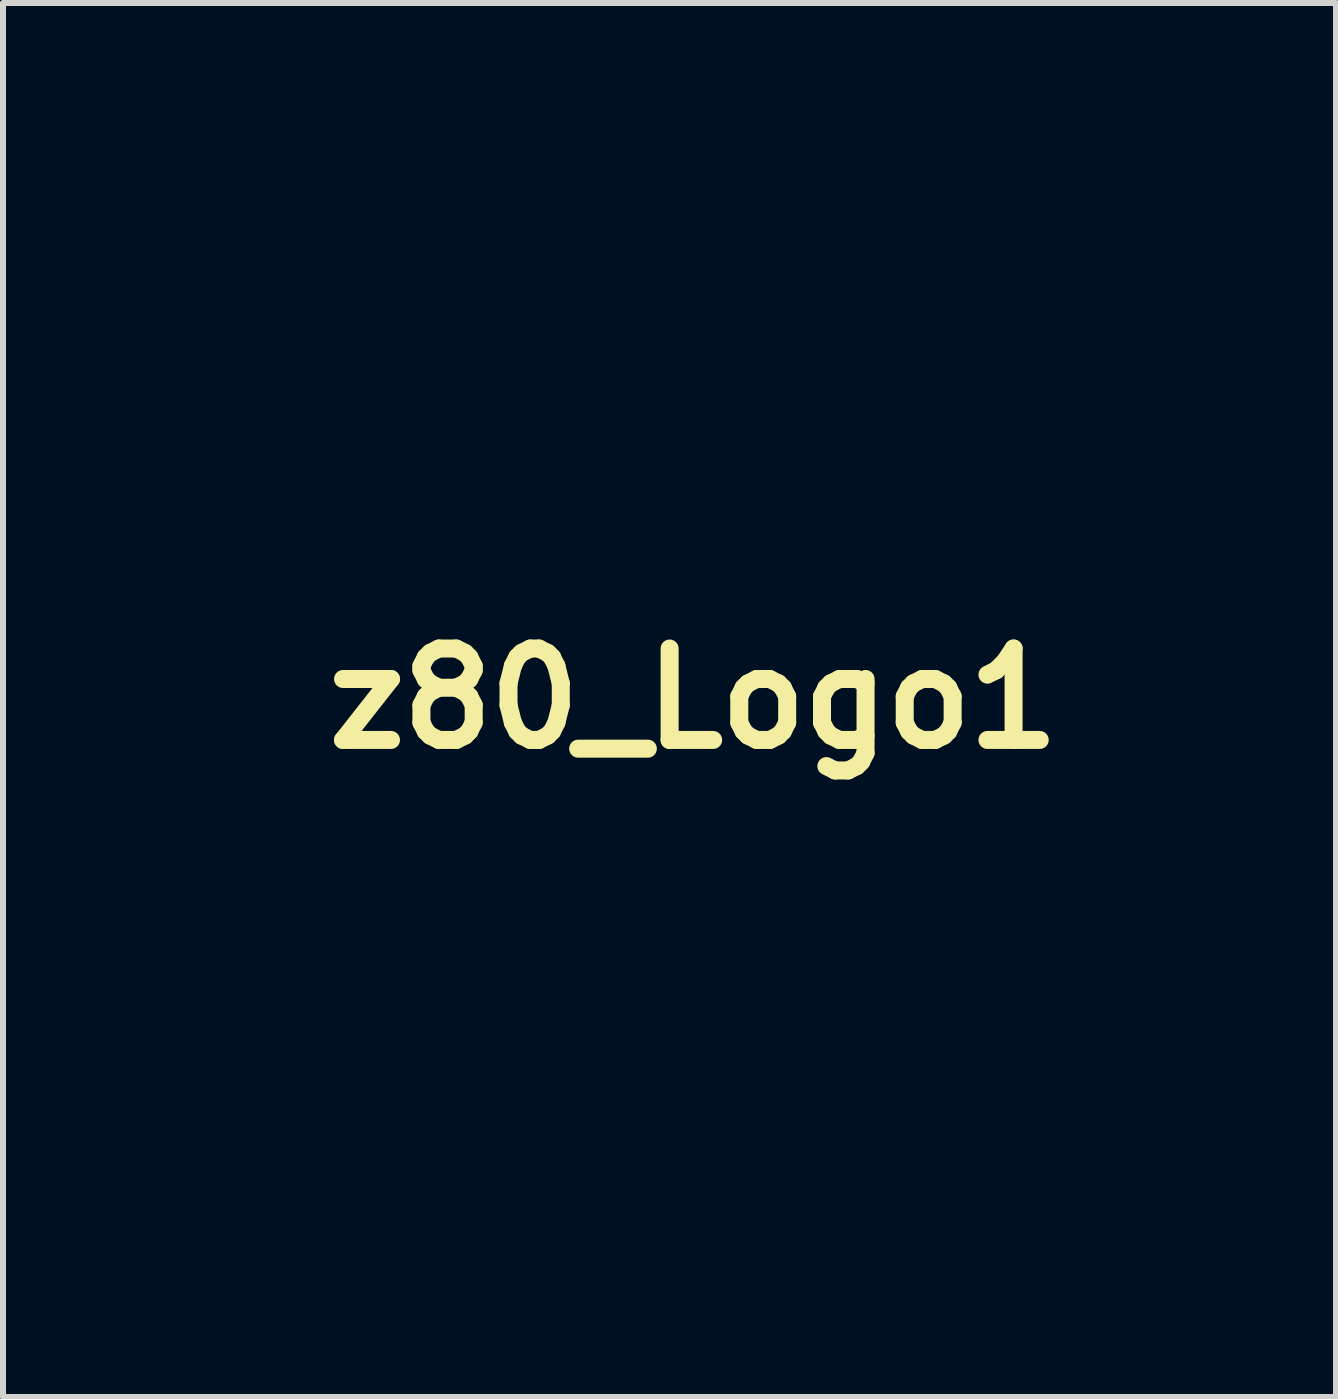
<source format=kicad_pcb>
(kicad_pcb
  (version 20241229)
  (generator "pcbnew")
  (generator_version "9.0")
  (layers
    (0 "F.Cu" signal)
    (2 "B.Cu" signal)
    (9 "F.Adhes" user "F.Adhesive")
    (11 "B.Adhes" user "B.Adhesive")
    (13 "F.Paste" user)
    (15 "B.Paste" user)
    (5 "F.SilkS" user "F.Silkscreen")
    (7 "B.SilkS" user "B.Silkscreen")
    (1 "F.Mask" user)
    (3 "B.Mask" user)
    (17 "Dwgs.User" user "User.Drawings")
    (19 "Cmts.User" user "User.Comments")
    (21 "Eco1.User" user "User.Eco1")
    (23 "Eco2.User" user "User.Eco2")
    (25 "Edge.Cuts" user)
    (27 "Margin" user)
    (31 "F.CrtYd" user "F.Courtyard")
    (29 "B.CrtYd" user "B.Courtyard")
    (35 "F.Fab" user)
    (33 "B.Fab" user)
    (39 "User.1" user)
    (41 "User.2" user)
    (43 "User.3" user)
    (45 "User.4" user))
  (footprint "z80_Logo1"
    (layer "F.Cu")
    (at 8.51 8.594)
    (property "Reference" "z80_Logo1" (at 0 0 0) (layer "F.SilkS") (effects (font (size 1.524 1.524) (thickness 0.3))))
    (attr through_hole)
    (fp_poly (pts (xy -3.868 -3.392) (xy -3.684 -3.38) (xy -3.511 -3.355) (xy -3.349 -3.318) (xy -3.197 -3.268) (xy -3.057 -3.205) (xy -2.926 -3.13) (xy -2.806 -3.041) (xy -2.701 -2.946) (xy -2.606 -2.84) (xy -2.527 -2.729) (xy -2.464 -2.61) (xy -2.414 -2.484) (xy -2.382 -2.362) (xy -2.376 -2.33) (xy -2.372 -2.295) (xy -2.369 -2.254) (xy -2.367 -2.204) (xy -2.366 -2.14) (xy -2.366 -2.121) (xy -2.367 -2.059) (xy -2.368 -2.01) (xy -2.37 -1.971) (xy -2.373 -1.938) (xy -2.377 -1.907) (xy -2.384 -1.874) (xy -2.386 -1.863) (xy -2.425 -1.726) (xy -2.479 -1.596) (xy -2.549 -1.471) (xy -2.634 -1.352) (xy -2.735 -1.239) (xy -2.851 -1.132) (xy -2.984 -1.03) (xy -3.076 -0.968) (xy -3.112 -0.946) (xy -3.156 -0.921) (xy -3.206 -0.894) (xy -3.258 -0.866) (xy -3.311 -0.839) (xy -3.363 -0.814) (xy -3.41 -0.792) (xy -3.45 -0.773) (xy -3.481 -0.761) (xy -3.501 -0.754) (xy -3.505 -0.754) (xy -3.519 -0.757) (xy -3.546 -0.764) (xy -3.584 -0.776) (xy -3.631 -0.791) (xy -3.684 -0.809) (xy -3.73 -0.825) (xy -3.939 -0.9) (xy -4.133 -0.975) (xy -4.311 -1.051) (xy -4.475 -1.128) (xy -4.626 -1.207) (xy -4.765 -1.288) (xy -4.892 -1.371) (xy -5.008 -1.457) (xy -5.027 -1.472) (xy -5.081 -1.518) (xy -5.137 -1.571) (xy -5.194 -1.627) (xy -5.247 -1.683) (xy -5.293 -1.736) (xy -5.326 -1.78) (xy -5.365 -1.84) (xy -5.403 -1.911) (xy -5.438 -1.986) (xy -5.467 -2.059) (xy -5.484 -2.113) (xy -5.493 -2.149) (xy -5.499 -2.182) (xy -5.503 -2.214) (xy -5.506 -2.252) (xy -5.507 -2.3) (xy -5.507 -2.328) (xy -5.506 -2.363) (xy -5.448 -2.363) (xy -5.448 -2.291) (xy -5.444 -2.223) (xy -5.437 -2.162) (xy -5.428 -2.122) (xy -5.389 -2.01) (xy -5.333 -1.9) (xy -5.261 -1.792) (xy -5.172 -1.687) (xy -5.067 -1.584) (xy -4.946 -1.484) (xy -4.808 -1.386) (xy -4.655 -1.291) (xy -4.486 -1.199) (xy -4.301 -1.109) (xy -4.101 -1.023) (xy -3.92 -0.953) (xy -3.863 -0.932) (xy -3.803 -0.91) (xy -3.743 -0.889) (xy -3.685 -0.869) (xy -3.631 -0.851) (xy -3.584 -0.836) (xy -3.546 -0.824) (xy -3.519 -0.816) (xy -3.505 -0.813) (xy -3.505 -0.813) (xy -3.493 -0.817) (xy -3.469 -0.827) (xy -3.435 -0.842) (xy -3.394 -0.862) (xy -3.347 -0.885) (xy -3.34 -0.888) (xy -3.195 -0.965) (xy -3.065 -1.045) (xy -2.948 -1.128) (xy -2.841 -1.217) (xy -2.769 -1.287) (xy -2.678 -1.388) (xy -2.603 -1.493) (xy -2.54 -1.604) (xy -2.535 -1.613) (xy -2.495 -1.702) (xy -2.465 -1.785) (xy -2.443 -1.868) (xy -2.43 -1.954) (xy -2.424 -2.048) (xy -2.424 -2.153) (xy -2.424 -2.167) (xy -2.429 -2.259) (xy -2.438 -2.338) (xy -2.451 -2.409) (xy -2.471 -2.476) (xy -2.498 -2.545) (xy -2.533 -2.619) (xy -2.534 -2.62) (xy -2.577 -2.699) (xy -2.625 -2.77) (xy -2.681 -2.839) (xy -2.749 -2.911) (xy -2.751 -2.913) (xy -2.835 -2.99) (xy -2.92 -3.056) (xy -3.01 -3.113) (xy -3.103 -3.162) (xy -3.203 -3.207) (xy -3.302 -3.244) (xy -3.404 -3.274) (xy -3.51 -3.297) (xy -3.624 -3.314) (xy -3.747 -3.325) (xy -3.882 -3.331) (xy -3.979 -3.332) (xy -4.071 -3.331) (xy -4.15 -3.329) (xy -4.219 -3.326) (xy -4.282 -3.321) (xy -4.343 -3.314) (xy -4.405 -3.304) (xy -4.473 -3.291) (xy -4.485 -3.289) (xy -4.628 -3.253) (xy -4.764 -3.206) (xy -4.892 -3.148) (xy -5.011 -3.079) (xy -5.118 -3.002) (xy -5.191 -2.936) (xy -5.274 -2.845) (xy -5.341 -2.749) (xy -5.393 -2.647) (xy -5.429 -2.544) (xy -5.439 -2.494) (xy -5.445 -2.432) (xy -5.448 -2.363) (xy -5.506 -2.363) (xy -5.506 -2.405) (xy -5.501 -2.471) (xy -5.491 -2.53) (xy -5.476 -2.587) (xy -5.455 -2.647) (xy -5.451 -2.658) (xy -5.401 -2.761) (xy -5.336 -2.859) (xy -5.257 -2.952) (xy -5.165 -3.037) (xy -5.061 -3.116) (xy -4.946 -3.185) (xy -4.821 -3.245) (xy -4.706 -3.289) (xy -4.594 -3.323) (xy -4.48 -3.349) (xy -4.362 -3.369) (xy -4.235 -3.383) (xy -4.096 -3.391) (xy -4.064 -3.392) (xy -3.868 -3.392)) (stroke (width 0.01) (type solid)) (fill yes) (layer "F.Mask"))
    (fp_poly (pts (xy 1.667 -8.589) (xy 2.043 -8.589) (xy 2.403 -8.589) (xy 2.747 -8.589) (xy 3.076 -8.589) (xy 3.389 -8.589) (xy 3.688 -8.589) (xy 3.972 -8.589) (xy 4.242 -8.589) (xy 4.498 -8.589) (xy 4.741 -8.589) (xy 4.972 -8.589) (xy 5.189 -8.589) (xy 5.394 -8.589) (xy 5.587 -8.589) (xy 5.769 -8.589) (xy 5.939 -8.588) (xy 6.099 -8.588) (xy 6.248 -8.588) (xy 6.387 -8.588) (xy 6.516 -8.588) (xy 6.636 -8.587) (xy 6.747 -8.587) (xy 6.849 -8.587) (xy 6.943 -8.587) (xy 7.029 -8.586) (xy 7.107 -8.586) (xy 7.178 -8.586) (xy 7.242 -8.585) (xy 7.299 -8.585) (xy 7.35 -8.584) (xy 7.396 -8.584) (xy 7.435 -8.583) (xy 7.47 -8.583) (xy 7.5 -8.582) (xy 7.526 -8.582) (xy 7.548 -8.581) (xy 7.565 -8.58) (xy 7.58 -8.579) (xy 7.592 -8.579) (xy 7.601 -8.578) (xy 7.607 -8.577) (xy 7.612 -8.576) (xy 7.616 -8.575) (xy 7.618 -8.575) (xy 7.655 -8.546) (xy 7.684 -8.505) (xy 7.701 -8.46) (xy 7.702 -8.453) (xy 7.702 -8.444) (xy 7.702 -8.433) (xy 7.702 -8.417) (xy 7.7 -8.397) (xy 7.697 -8.372) (xy 7.694 -8.34) (xy 7.689 -8.302) (xy 7.683 -8.256) (xy 7.675 -8.202) (xy 7.666 -8.138) (xy 7.656 -8.064) (xy 7.643 -7.98) (xy 7.629 -7.883) (xy 7.613 -7.775) (xy 7.595 -7.653) (xy 7.574 -7.517) (xy 7.552 -7.366) (xy 7.527 -7.2) (xy 7.514 -7.115) (xy 7.492 -6.968) (xy 7.47 -6.826) (xy 7.449 -6.688) (xy 7.429 -6.557) (xy 7.41 -6.432) (xy 7.393 -6.316) (xy 7.376 -6.208) (xy 7.361 -6.11) (xy 7.347 -6.023) (xy 7.336 -5.948) (xy 7.326 -5.885) (xy 7.318 -5.836) (xy 7.312 -5.801) (xy 7.309 -5.782) (xy 7.308 -5.779) (xy 7.298 -5.755) (xy 7.279 -5.725) (xy 7.258 -5.698) (xy 7.244 -5.682) (xy 7.22 -5.654) (xy 7.187 -5.617) (xy 7.146 -5.571) (xy 7.098 -5.516) (xy 7.044 -5.455) (xy 6.985 -5.388) (xy 6.922 -5.316) (xy 6.855 -5.241) (xy 6.786 -5.163) (xy 6.715 -5.083) (xy 6.644 -5.002) (xy 6.574 -4.922) (xy 6.504 -4.844) (xy 6.437 -4.768) (xy 6.373 -4.696) (xy 6.313 -4.628) (xy 6.258 -4.566) (xy 6.209 -4.511) (xy 6.167 -4.463) (xy 6.132 -4.424) (xy 6.107 -4.395) (xy 6.091 -4.377) (xy 6.086 -4.372) (xy 6.061 -4.345) (xy 6.135 -4.294) (xy 6.234 -4.222) (xy 6.337 -4.138) (xy 6.442 -4.046) (xy 6.544 -3.947) (xy 6.642 -3.847) (xy 6.73 -3.747) (xy 6.776 -3.691) (xy 6.918 -3.501) (xy 7.048 -3.302) (xy 7.165 -3.095) (xy 7.27 -2.879) (xy 7.363 -2.654) (xy 7.444 -2.418) (xy 7.513 -2.172) (xy 7.571 -1.915) (xy 7.618 -1.646) (xy 7.654 -1.365) (xy 7.672 -1.16) (xy 7.675 -1.108) (xy 7.678 -1.043) (xy 7.68 -0.965) (xy 7.681 -0.879) (xy 7.682 -0.786) (xy 7.683 -0.69) (xy 7.682 -0.592) (xy 7.682 -0.497) (xy 7.68 -0.405) (xy 7.679 -0.32) (xy 7.676 -0.245) (xy 7.673 -0.182) (xy 7.672 -0.161) (xy 7.641 0.202) (xy 7.597 0.554) (xy 7.54 0.896) (xy 7.47 1.229) (xy 7.386 1.553) (xy 7.289 1.87) (xy 7.177 2.178) (xy 7.052 2.48) (xy 6.912 2.775) (xy 6.759 3.064) (xy 6.653 3.247) (xy 6.506 3.477) (xy 6.355 3.692) (xy 6.197 3.892) (xy 6.033 4.075) (xy 5.863 4.244) (xy 5.686 4.397) (xy 5.503 4.535) (xy 5.312 4.659) (xy 5.114 4.768) (xy 4.909 4.862) (xy 4.695 4.943) (xy 4.474 5.009) (xy 4.259 5.059) (xy 4.161 5.078) (xy 5.019 5.079) (xy 5.175 5.079) (xy 5.314 5.08) (xy 5.438 5.08) (xy 5.546 5.081) (xy 5.64 5.082) (xy 5.718 5.082) (xy 5.784 5.084) (xy 5.835 5.085) (xy 5.874 5.086) (xy 5.901 5.088) (xy 5.916 5.089) (xy 5.917 5.09) (xy 5.968 5.11) (xy 6.008 5.142) (xy 6.036 5.184) (xy 6.049 5.231) (xy 6.049 5.241) (xy 6.048 5.257) (xy 6.045 5.283) (xy 6.04 5.317) (xy 6.034 5.361) (xy 6.026 5.415) (xy 6.016 5.48) (xy 6.004 5.556) (xy 5.991 5.644) (xy 5.975 5.744) (xy 5.956 5.857) (xy 5.936 5.983) (xy 5.913 6.123) (xy 5.888 6.278) (xy 5.86 6.448) (xy 5.829 6.634) (xy 5.8 6.807) (xy 5.774 6.968) (xy 5.748 7.125) (xy 5.723 7.277) (xy 5.698 7.425) (xy 5.675 7.566) (xy 5.653 7.699) (xy 5.632 7.825) (xy 5.612 7.942) (xy 5.594 8.049) (xy 5.578 8.145) (xy 5.564 8.23) (xy 5.552 8.302) (xy 5.542 8.361) (xy 5.535 8.405) (xy 5.53 8.434) (xy 5.528 8.444) (xy 5.519 8.487) (xy 5.513 8.517) (xy 5.506 8.538) (xy 5.497 8.554) (xy 5.485 8.568) (xy 5.473 8.58) (xy 5.442 8.606) (xy 5.409 8.622) (xy 5.394 8.626) (xy 5.383 8.626) (xy 5.356 8.627) (xy 5.312 8.627) (xy 5.254 8.628) (xy 5.18 8.628) (xy 5.092 8.629) (xy 4.99 8.629) (xy 4.874 8.63) (xy 4.745 8.63) (xy 4.604 8.631) (xy 4.451 8.631) (xy 4.286 8.631) (xy 4.111 8.632) (xy 3.924 8.632) (xy 3.728 8.633) (xy 3.522 8.633) (xy 3.307 8.633) (xy 3.084 8.633) (xy 2.852 8.634) (xy 2.613 8.634) (xy 2.366 8.634) (xy 2.114 8.634) (xy 1.854 8.635) (xy 1.59 8.635) (xy 1.32 8.635) (xy 1.045 8.635) (xy 0.767 8.635) (xy 0.484 8.635) (xy 0.199 8.635) (xy -0.089 8.636) (xy -0.38 8.636) (xy -0.672 8.636) (xy -0.965 8.636) (xy -1.259 8.636) (xy -1.553 8.636) (xy -1.847 8.636) (xy -2.141 8.636) (xy -2.433 8.636) (xy -2.723 8.636) (xy -3.011 8.635) (xy -3.296 8.635) (xy -3.578 8.635) (xy -3.857 8.635) (xy -4.131 8.635) (xy -4.4 8.635) (xy -4.665 8.635) (xy -4.923 8.634) (xy -5.176 8.634) (xy -5.422 8.634) (xy -5.661 8.634) (xy -5.892 8.633) (xy -6.115 8.633) (xy -6.329 8.633) (xy -6.534 8.633) (xy -6.73 8.632) (xy -6.915 8.632) (xy -7.09 8.632) (xy -7.254 8.631) (xy -7.407 8.631) (xy -7.547 8.63) (xy -7.675 8.63) (xy -7.789 8.629) (xy -7.891 8.629) (xy -7.978 8.629) (xy -8.05 8.628) (xy -8.108 8.628) (xy -8.15 8.627) (xy -8.176 8.626) (xy -8.186 8.626) (xy -8.222 8.612) (xy -8.257 8.583) (xy -8.259 8.581) (xy -8.267 8.574) (xy -8.275 8.567) (xy -8.282 8.561) (xy -8.288 8.555) (xy -8.293 8.548) (xy -8.297 8.538) (xy -8.3 8.526) (xy -8.302 8.511) (xy -8.302 8.491) (xy -8.302 8.467) (xy -8.302 8.467) (xy -8.147 8.467) (xy -1.394 8.467) (xy -0.988 8.467) (xy -0.592 8.467) (xy -0.207 8.467) (xy 0.167 8.467) (xy 0.53 8.466) (xy 0.882 8.466) (xy 1.222 8.466) (xy 1.551 8.466) (xy 1.868 8.466) (xy 2.172 8.466) (xy 2.464 8.466) (xy 2.743 8.465) (xy 3.01 8.465) (xy 3.263 8.465) (xy 3.504 8.465) (xy 3.73 8.464) (xy 3.943 8.464) (xy 4.142 8.464) (xy 4.327 8.463) (xy 4.497 8.463) (xy 4.653 8.463) (xy 4.793 8.462) (xy 4.919 8.462) (xy 5.03 8.462) (xy 5.125 8.461) (xy 5.204 8.461) (xy 5.267 8.46) (xy 5.314 8.46) (xy 5.345 8.459) (xy 5.358 8.459) (xy 5.359 8.459) (xy 5.361 8.45) (xy 5.365 8.425) (xy 5.371 8.385) (xy 5.38 8.331) (xy 5.391 8.263) (xy 5.404 8.183) (xy 5.42 8.091) (xy 5.436 7.987) (xy 5.455 7.874) (xy 5.475 7.752) (xy 5.497 7.62) (xy 5.52 7.481) (xy 5.544 7.336) (xy 5.569 7.184) (xy 5.595 7.027) (xy 5.622 6.865) (xy 5.622 6.865) (xy 5.649 6.703) (xy 5.675 6.546) (xy 5.7 6.393) (xy 5.724 6.247) (xy 5.747 6.108) (xy 5.768 5.977) (xy 5.789 5.853) (xy 5.807 5.74) (xy 5.824 5.636) (xy 5.839 5.543) (xy 5.853 5.463) (xy 5.864 5.394) (xy 5.873 5.34) (xy 5.879 5.299) (xy 5.883 5.273) (xy 5.884 5.264) (xy 5.884 5.262) (xy 5.881 5.261) (xy 5.876 5.26) (xy 5.869 5.259) (xy 5.858 5.257) (xy 5.842 5.256) (xy 5.822 5.256) (xy 5.797 5.255) (xy 5.766 5.254) (xy 5.728 5.253) (xy 5.684 5.253) (xy 5.632 5.252) (xy 5.571 5.252) (xy 5.502 5.251) (xy 5.424 5.251) (xy 5.335 5.251) (xy 5.236 5.25) (xy 5.126 5.25) (xy 5.004 5.25) (xy 4.87 5.25) (xy 4.723 5.25) (xy 4.563 5.25) (xy 4.388 5.25) (xy 4.199 5.249) (xy 3.995 5.249) (xy 3.775 5.249) (xy 3.558 5.249) (xy 3.2 5.25) (xy 2.858 5.25) (xy 2.533 5.25) (xy 2.225 5.251) (xy 1.932 5.251) (xy 1.656 5.252) (xy 1.395 5.253) (xy 1.149 5.254) (xy 0.919 5.255) (xy 0.704 5.257) (xy 0.505 5.258) (xy 0.319 5.26) (xy 0.149 5.262) (xy -0.008 5.264) (xy -0.15 5.266) (xy -0.278 5.268) (xy -0.393 5.27) (xy -0.494 5.273) (xy -0.55 5.275) (xy -0.693 5.279) (xy -0.837 5.284) (xy -0.984 5.288) (xy -1.131 5.292) (xy -1.277 5.296) (xy -1.422 5.3) (xy -1.564 5.304) (xy -1.702 5.307) (xy -1.836 5.311) (xy -1.964 5.314) (xy -2.085 5.316) (xy -2.198 5.319) (xy -2.302 5.321) (xy -2.397 5.322) (xy -2.48 5.324) (xy -2.551 5.325) (xy -2.609 5.325) (xy -2.653 5.325) (xy -2.682 5.325) (xy -2.692 5.324) (xy -2.721 5.321) (xy -2.558 5.137) (xy -2.331 5.137) (xy -2.331 5.141) (xy -2.324 5.144) (xy -2.31 5.146) (xy -2.286 5.147) (xy -2.25 5.148) (xy -2.2 5.148) (xy -2.183 5.148) (xy -2.138 5.147) (xy -2.078 5.147) (xy -2.008 5.146) (xy -1.931 5.144) (xy -1.85 5.143) (xy -1.767 5.141) (xy -1.702 5.139) (xy -1.632 5.137) (xy -1.549 5.135) (xy -1.454 5.132) (xy -1.35 5.129) (xy -1.241 5.126) (xy -1.128 5.123) (xy -1.015 5.119) (xy -0.904 5.116) (xy -0.821 5.114) (xy -0.647 5.109) (xy -0.457 5.104) (xy -0.252 5.1) (xy -0.034 5.096) (xy 0.196 5.093) (xy 0.438 5.089) (xy 0.69 5.087) (xy 0.951 5.084) (xy 1.22 5.083) (xy 1.496 5.081) (xy 1.778 5.08) (xy 2.064 5.08) (xy 2.091 5.08) (xy 2.951 5.079) (xy 2.832 5.055) (xy 2.606 5.002) (xy 2.391 4.937) (xy 2.187 4.859) (xy 1.993 4.768) (xy 1.809 4.664) (xy 1.635 4.546) (xy 1.469 4.414) (xy 1.312 4.268) (xy 1.163 4.108) (xy 1.021 3.933) (xy 1.013 3.922) (xy 0.867 3.714) (xy 0.733 3.495) (xy 0.61 3.264) (xy 0.501 3.023) (xy 0.404 2.773) (xy 0.32 2.514) (xy 0.275 2.35) (xy 0.264 2.308) (xy 0.255 2.272) (xy 0.248 2.246) (xy 0.244 2.232) (xy 0.243 2.23) (xy 0.237 2.236) (xy 0.221 2.254) (xy 0.195 2.284) (xy 0.159 2.324) (xy 0.115 2.374) (xy 0.062 2.433) (xy 0.002 2.501) (xy -0.066 2.576) (xy -0.139 2.659) (xy -0.219 2.749) (xy -0.303 2.844) (xy -0.392 2.944) (xy -0.485 3.049) (xy -0.582 3.158) (xy -0.681 3.27) (xy -0.782 3.384) (xy -0.885 3.5) (xy -0.989 3.617) (xy -1.093 3.734) (xy -1.196 3.851) (xy -1.299 3.968) (xy -1.4 4.082) (xy -1.5 4.194) (xy -1.596 4.303) (xy -1.689 4.408) (xy -1.779 4.509) (xy -1.863 4.605) (xy -1.943 4.695) (xy -2.017 4.778) (xy -2.084 4.855) (xy -2.144 4.923) (xy -2.197 4.983) (xy -2.242 5.034) (xy -2.278 5.075) (xy -2.305 5.105) (xy -2.321 5.124) (xy -2.327 5.131) (xy -2.331 5.137) (xy -2.558 5.137) (xy -1.275 3.687) (xy -1.148 3.544) (xy -1.024 3.404) (xy -0.903 3.268) (xy -0.786 3.136) (xy -0.674 3.008) (xy -0.566 2.887) (xy -0.463 2.771) (xy -0.367 2.661) (xy -0.276 2.559) (xy -0.192 2.464) (xy -0.115 2.377) (xy -0.046 2.299) (xy 0.016 2.23) (xy 0.059 2.181) (xy 0.298 2.181) (xy 0.299 2.202) (xy 0.305 2.237) (xy 0.316 2.285) (xy 0.331 2.342) (xy 0.349 2.407) (xy 0.37 2.479) (xy 0.394 2.555) (xy 0.419 2.632) (xy 0.445 2.711) (xy 0.471 2.787) (xy 0.497 2.86) (xy 0.523 2.927) (xy 0.545 2.981) (xy 0.63 3.171) (xy 0.724 3.357) (xy 0.826 3.537) (xy 0.935 3.71) (xy 1.049 3.873) (xy 1.168 4.024) (xy 1.29 4.163) (xy 1.394 4.267) (xy 1.554 4.409) (xy 1.723 4.537) (xy 1.9 4.65) (xy 2.085 4.75) (xy 2.279 4.836) (xy 2.482 4.908) (xy 2.695 4.966) (xy 2.918 5.011) (xy 3.151 5.043) (xy 3.323 5.057) (xy 3.368 5.059) (xy 3.425 5.061) (xy 3.492 5.061) (xy 3.563 5.061) (xy 3.635 5.061) (xy 3.704 5.06) (xy 3.766 5.058) (xy 3.817 5.056) (xy 3.835 5.054) (xy 4.062 5.031) (xy 4.278 4.996) (xy 4.485 4.948) (xy 4.685 4.887) (xy 4.88 4.812) (xy 5.028 4.745) (xy 5.219 4.645) (xy 5.402 4.532) (xy 5.579 4.406) (xy 5.749 4.267) (xy 5.913 4.115) (xy 6.071 3.949) (xy 6.224 3.768) (xy 6.371 3.572) (xy 6.514 3.362) (xy 6.652 3.135) (xy 6.786 2.893) (xy 6.863 2.743) (xy 7.003 2.447) (xy 7.128 2.145) (xy 7.239 1.837) (xy 7.336 1.524) (xy 7.418 1.203) (xy 7.487 0.874) (xy 7.542 0.537) (xy 7.583 0.192) (xy 7.611 -0.163) (xy 7.625 -0.527) (xy 7.625 -0.533) (xy 7.625 -0.845) (xy 7.612 -1.147) (xy 7.587 -1.438) (xy 7.549 -1.719) (xy 7.498 -1.989) (xy 7.434 -2.248) (xy 7.358 -2.497) (xy 7.269 -2.734) (xy 7.168 -2.96) (xy 7.164 -2.968) (xy 7.05 -3.184) (xy 6.925 -3.388) (xy 6.793 -3.574) (xy 6.675 -3.721) (xy 6.55 -3.861) (xy 6.419 -3.99) (xy 6.285 -4.109) (xy 6.15 -4.213) (xy 6.096 -4.25) (xy 6.022 -4.3) (xy 5.441 -3.644) (xy 4.86 -2.987) (xy 4.918 -2.946) (xy 4.961 -2.913) (xy 5.009 -2.872) (xy 5.058 -2.827) (xy 5.105 -2.78) (xy 5.145 -2.737) (xy 5.169 -2.707) (xy 5.229 -2.615) (xy 5.283 -2.509) (xy 5.33 -2.387) (xy 5.371 -2.251) (xy 5.406 -2.102) (xy 5.434 -1.94) (xy 5.456 -1.765) (xy 5.472 -1.578) (xy 5.482 -1.38) (xy 5.485 -1.171) (xy 5.482 -0.951) (xy 5.472 -0.722) (xy 5.457 -0.483) (xy 5.435 -0.235) (xy 5.407 0.02) (xy 5.373 0.284) (xy 5.332 0.554) (xy 5.285 0.832) (xy 5.232 1.115) (xy 5.173 1.404) (xy 5.113 1.676) (xy 5.067 1.865) (xy 5.019 2.039) (xy 4.97 2.198) (xy 4.918 2.345) (xy 4.862 2.481) (xy 4.803 2.608) (xy 4.739 2.726) (xy 4.713 2.77) (xy 4.65 2.87) (xy 4.583 2.959) (xy 4.509 3.045) (xy 4.479 3.076) (xy 4.396 3.157) (xy 4.312 3.224) (xy 4.223 3.281) (xy 4.153 3.319) (xy 4.055 3.363) (xy 3.96 3.396) (xy 3.863 3.418) (xy 3.76 3.431) (xy 3.649 3.436) (xy 3.586 3.435) (xy 3.447 3.426) (xy 3.321 3.406) (xy 3.204 3.377) (xy 3.095 3.335) (xy 2.992 3.282) (xy 2.892 3.215) (xy 2.859 3.19) (xy 2.767 3.107) (xy 2.684 3.01) (xy 2.611 2.9) (xy 2.566 2.815) (xy 2.518 2.705) (xy 2.476 2.583) (xy 2.44 2.45) (xy 2.41 2.305) (xy 2.386 2.147) (xy 2.368 1.976) (xy 2.355 1.791) (xy 2.348 1.591) (xy 2.347 1.422) (xy 2.407 1.422) (xy 2.407 1.544) (xy 2.409 1.658) (xy 2.411 1.763) (xy 2.416 1.855) (xy 2.421 1.933) (xy 2.421 1.935) (xy 2.441 2.113) (xy 2.465 2.275) (xy 2.494 2.423) (xy 2.529 2.557) (xy 2.57 2.678) (xy 2.616 2.787) (xy 2.625 2.805) (xy 2.692 2.921) (xy 2.77 3.024) (xy 2.86 3.115) (xy 2.96 3.193) (xy 3.07 3.258) (xy 3.192 3.31) (xy 3.323 3.348) (xy 3.463 3.373) (xy 3.481 3.374) (xy 3.512 3.374) (xy 3.554 3.375) (xy 3.603 3.374) (xy 3.656 3.374) (xy 3.658 3.374) (xy 3.724 3.372) (xy 3.777 3.37) (xy 3.82 3.367) (xy 3.857 3.362) (xy 3.89 3.355) (xy 3.897 3.354) (xy 4.004 3.322) (xy 4.111 3.277) (xy 4.214 3.221) (xy 4.289 3.17) (xy 4.334 3.133) (xy 4.385 3.087) (xy 4.438 3.034) (xy 4.49 2.979) (xy 4.535 2.926) (xy 4.548 2.91) (xy 4.625 2.802) (xy 4.697 2.683) (xy 4.765 2.554) (xy 4.828 2.413) (xy 4.888 2.258) (xy 4.944 2.09) (xy 4.997 1.907) (xy 5.048 1.708) (xy 5.059 1.661) (xy 5.129 1.344) (xy 5.191 1.031) (xy 5.247 0.722) (xy 5.295 0.42) (xy 5.335 0.125) (xy 5.369 -0.163) (xy 5.394 -0.443) (xy 5.412 -0.713) (xy 5.422 -0.972) (xy 5.424 -1.221) (xy 5.418 -1.457) (xy 5.405 -1.68) (xy 5.384 -1.88) (xy 5.36 -2.036) (xy 5.33 -2.181) (xy 5.294 -2.314) (xy 5.252 -2.434) (xy 5.204 -2.54) (xy 5.151 -2.631) (xy 5.136 -2.653) (xy 5.112 -2.684) (xy 5.08 -2.719) (xy 5.044 -2.756) (xy 5.005 -2.795) (xy 4.964 -2.832) (xy 4.925 -2.866) (xy 4.889 -2.896) (xy 4.858 -2.918) (xy 4.834 -2.933) (xy 4.82 -2.937) (xy 4.819 -2.937) (xy 4.813 -2.93) (xy 4.796 -2.912) (xy 4.77 -2.882) (xy 4.734 -2.842) (xy 4.69 -2.792) (xy 4.638 -2.733) (xy 4.578 -2.666) (xy 4.511 -2.592) (xy 4.439 -2.51) (xy 4.361 -2.422) (xy 4.278 -2.329) (xy 4.192 -2.231) (xy 4.101 -2.13) (xy 4.008 -2.025) (xy 3.913 -1.917) (xy 3.816 -1.808) (xy 3.719 -1.698) (xy 3.621 -1.588) (xy 3.523 -1.478) (xy 3.427 -1.369) (xy 3.332 -1.262) (xy 3.24 -1.158) (xy 3.15 -1.057) (xy 3.064 -0.96) (xy 2.983 -0.868) (xy 2.906 -0.781) (xy 2.835 -0.701) (xy 2.771 -0.628) (xy 2.713 -0.562) (xy 2.662 -0.505) (xy 2.62 -0.457) (xy 2.587 -0.419) (xy 2.563 -0.392) (xy 2.559 -0.388) (xy 2.553 -0.373) (xy 2.545 -0.343) (xy 2.537 -0.299) (xy 2.527 -0.243) (xy 2.517 -0.176) (xy 2.507 -0.1) (xy 2.496 -0.017) (xy 2.486 0.073) (xy 2.475 0.167) (xy 2.465 0.263) (xy 2.455 0.362) (xy 2.446 0.46) (xy 2.438 0.556) (xy 2.432 0.649) (xy 2.43 0.669) (xy 2.423 0.785) (xy 2.418 0.908) (xy 2.413 1.036) (xy 2.41 1.165) (xy 2.407 1.295) (xy 2.407 1.422) (xy 2.347 1.422) (xy 2.347 1.376) (xy 2.348 1.274) (xy 2.355 1.024) (xy 2.365 0.785) (xy 2.38 0.554) (xy 2.399 0.326) (xy 2.424 0.095) (xy 2.452 -0.126) (xy 2.458 -0.175) (xy 2.464 -0.218) (xy 2.468 -0.253) (xy 2.47 -0.275) (xy 2.47 -0.284) (xy 2.464 -0.278) (xy 2.448 -0.261) (xy 2.421 -0.232) (xy 2.386 -0.192) (xy 2.342 -0.143) (xy 2.29 -0.085) (xy 2.23 -0.019) (xy 2.165 0.055) (xy 2.093 0.136) (xy 2.016 0.223) (xy 1.934 0.315) (xy 1.849 0.412) (xy 1.76 0.512) (xy 1.669 0.616) (xy 1.575 0.721) (xy 1.48 0.829) (xy 1.385 0.937) (xy 1.29 1.045) (xy 1.195 1.153) (xy 1.101 1.259) (xy 1.01 1.363) (xy 0.921 1.464) (xy 0.836 1.562) (xy 0.754 1.655) (xy 0.677 1.743) (xy 0.605 1.825) (xy 0.539 1.9) (xy 0.48 1.968) (xy 0.428 2.028) (xy 0.383 2.079) (xy 0.348 2.121) (xy 0.321 2.152) (xy 0.304 2.172) (xy 0.298 2.181) (xy 0.298 2.181) (xy 0.059 2.181) (xy 0.068 2.17) (xy 0.112 2.121) (xy 0.146 2.082) (xy 0.17 2.055) (xy 0.184 2.04) (xy 0.187 2.036) (xy 0.193 2.029) (xy 0.196 2.02) (xy 0.198 2.008) (xy 0.196 1.988) (xy 0.192 1.959) (xy 0.186 1.918) (xy 0.182 1.895) (xy 0.144 1.619) (xy 0.118 1.333) (xy 0.105 1.039) (xy 0.105 0.74) (xy 0.117 0.437) (xy 0.141 0.133) (xy 0.178 -0.172) (xy 0.227 -0.475) (xy 0.251 -0.599) (xy 0.271 -0.69) (xy 2.597 -0.69) (xy 2.615 -0.707) (xy 2.622 -0.715) (xy 2.64 -0.735) (xy 2.668 -0.767) (xy 2.706 -0.809) (xy 2.752 -0.861) (xy 2.807 -0.923) (xy 2.87 -0.993) (xy 2.94 -1.072) (xy 3.017 -1.158) (xy 3.099 -1.252) (xy 3.187 -1.351) (xy 3.28 -1.456) (xy 3.378 -1.566) (xy 3.479 -1.68) (xy 3.584 -1.798) (xy 3.648 -1.871) (xy 3.773 -2.013) (xy 3.888 -2.142) (xy 3.992 -2.26) (xy 4.087 -2.367) (xy 4.172 -2.464) (xy 4.248 -2.55) (xy 4.316 -2.627) (xy 4.376 -2.696) (xy 4.429 -2.756) (xy 4.474 -2.808) (xy 4.513 -2.853) (xy 4.546 -2.891) (xy 4.573 -2.923) (xy 4.596 -2.95) (xy 4.613 -2.972) (xy 4.626 -2.989) (xy 4.636 -3.002) (xy 4.642 -3.012) (xy 4.646 -3.019) (xy 4.647 -3.024) (xy 4.647 -3.027) (xy 4.645 -3.028) (xy 4.645 -3.028) (xy 4.622 -3.038) (xy 4.587 -3.049) (xy 4.544 -3.061) (xy 4.498 -3.073) (xy 4.452 -3.083) (xy 4.411 -3.09) (xy 4.407 -3.091) (xy 4.354 -3.096) (xy 4.289 -3.1) (xy 4.217 -3.1) (xy 4.145 -3.099) (xy 4.076 -3.095) (xy 4.017 -3.089) (xy 4.001 -3.086) (xy 3.89 -3.062) (xy 3.779 -3.025) (xy 3.672 -2.978) (xy 3.573 -2.922) (xy 3.522 -2.886) (xy 3.467 -2.84) (xy 3.407 -2.784) (xy 3.348 -2.721) (xy 3.292 -2.657) (xy 3.244 -2.595) (xy 3.228 -2.572) (xy 3.163 -2.466) (xy 3.098 -2.344) (xy 3.034 -2.207) (xy 2.972 -2.056) (xy 2.911 -1.892) (xy 2.852 -1.716) (xy 2.796 -1.53) (xy 2.782 -1.48) (xy 2.762 -1.407) (xy 2.74 -1.322) (xy 2.717 -1.229) (xy 2.694 -1.133) (xy 2.672 -1.037) (xy 2.652 -0.947) (xy 2.635 -0.866) (xy 2.625 -0.817) (xy 2.617 -0.778) (xy 2.61 -0.743) (xy 2.605 -0.718) (xy 2.602 -0.707) (xy 2.597 -0.69) (xy 0.271 -0.69) (xy 0.327 -0.938) (xy 0.418 -1.27) (xy 0.525 -1.597) (xy 0.647 -1.918) (xy 0.785 -2.234) (xy 0.94 -2.546) (xy 1.111 -2.855) (xy 1.162 -2.942) (xy 1.306 -3.17) (xy 1.455 -3.381) (xy 1.61 -3.578) (xy 1.771 -3.759) (xy 1.938 -3.926) (xy 2.113 -4.079) (xy 2.294 -4.217) (xy 2.483 -4.343) (xy 2.613 -4.419) (xy 2.809 -4.518) (xy 3.015 -4.604) (xy 3.23 -4.677) (xy 3.455 -4.735) (xy 3.688 -4.78) (xy 3.93 -4.811) (xy 4.013 -4.818) (xy 4.077 -4.822) (xy 4.154 -4.824) (xy 4.24 -4.825) (xy 4.331 -4.824) (xy 4.424 -4.822) (xy 4.514 -4.819) (xy 4.598 -4.815) (xy 4.671 -4.81) (xy 4.72 -4.805) (xy 4.952 -4.771) (xy 5.174 -4.723) (xy 5.386 -4.662) (xy 5.59 -4.588) (xy 5.786 -4.5) (xy 5.797 -4.494) (xy 5.838 -4.474) (xy 5.874 -4.457) (xy 5.901 -4.444) (xy 5.917 -4.438) (xy 5.921 -4.437) (xy 5.928 -4.445) (xy 5.945 -4.464) (xy 5.971 -4.494) (xy 6.006 -4.533) (xy 6.048 -4.582) (xy 6.098 -4.638) (xy 6.153 -4.7) (xy 6.213 -4.768) (xy 6.277 -4.841) (xy 6.345 -4.917) (xy 6.414 -4.996) (xy 6.486 -5.076) (xy 6.557 -5.157) (xy 6.628 -5.238) (xy 6.698 -5.317) (xy 6.766 -5.393) (xy 6.83 -5.466) (xy 6.891 -5.535) (xy 6.947 -5.598) (xy 6.997 -5.654) (xy 7.04 -5.703) (xy 7.076 -5.744) (xy 7.103 -5.775) (xy 7.121 -5.795) (xy 7.129 -5.804) (xy 7.129 -5.804) (xy 7.132 -5.808) (xy 7.135 -5.812) (xy 7.138 -5.818) (xy 7.142 -5.826) (xy 7.145 -5.837) (xy 7.149 -5.851) (xy 7.153 -5.871) (xy 7.158 -5.896) (xy 7.163 -5.927) (xy 7.17 -5.965) (xy 7.178 -6.012) (xy 7.186 -6.066) (xy 7.197 -6.131) (xy 7.208 -6.205) (xy 7.221 -6.29) (xy 7.236 -6.388) (xy 7.253 -6.498) (xy 7.271 -6.621) (xy 7.292 -6.759) (xy 7.315 -6.911) (xy 7.34 -7.08) (xy 7.344 -7.108) (xy 7.366 -7.253) (xy 7.387 -7.394) (xy 7.407 -7.529) (xy 7.427 -7.659) (xy 7.445 -7.781) (xy 7.462 -7.895) (xy 7.478 -8) (xy 7.492 -8.095) (xy 7.505 -8.179) (xy 7.516 -8.251) (xy 7.525 -8.311) (xy 7.532 -8.357) (xy 7.537 -8.388) (xy 7.54 -8.404) (xy 7.54 -8.405) (xy 7.544 -8.424) (xy 1.274 -8.424) (xy 0.949 -8.424) (xy 0.628 -8.424) (xy 0.312 -8.424) (xy 0.000179 -8.424) (xy -0.306 -8.424) (xy -0.606 -8.424) (xy -0.9 -8.424) (xy -1.187 -8.424) (xy -1.467 -8.424) (xy -1.74 -8.424) (xy -2.005 -8.423) (xy -2.261 -8.423) (xy -2.509 -8.423) (xy -2.747 -8.423) (xy -2.976 -8.423) (xy -3.195 -8.422) (xy -3.403 -8.422) (xy -3.601 -8.422) (xy -3.787 -8.422) (xy -3.961 -8.421) (xy -4.124 -8.421) (xy -4.274 -8.421) (xy -4.411 -8.421) (xy -4.535 -8.42) (xy -4.645 -8.42) (xy -4.741 -8.42) (xy -4.822 -8.419) (xy -4.888 -8.419) (xy -4.939 -8.419) (xy -4.974 -8.419) (xy -4.992 -8.418) (xy -4.996 -8.418) (xy -4.997 -8.409) (xy -5.001 -8.384) (xy -5.007 -8.345) (xy -5.016 -8.29) (xy -5.027 -8.223) (xy -5.041 -8.143) (xy -5.056 -8.051) (xy -5.073 -7.947) (xy -5.092 -7.834) (xy -5.112 -7.712) (xy -5.134 -7.58) (xy -5.157 -7.441) (xy -5.181 -7.295) (xy -5.206 -7.143) (xy -5.232 -6.986) (xy -5.259 -6.824) (xy -5.261 -6.811) (xy -5.526 -5.211) (xy -3.552 -5.209) (xy -3.252 -5.208) (xy -2.967 -5.208) (xy -2.698 -5.208) (xy -2.442 -5.208) (xy -2.198 -5.209) (xy -1.967 -5.209) (xy -1.746 -5.21) (xy -1.534 -5.211) (xy -1.331 -5.212) (xy -1.136 -5.214) (xy -0.946 -5.215) (xy -0.762 -5.217) (xy -0.583 -5.22) (xy -0.406 -5.222) (xy -0.232 -5.225) (xy -0.059 -5.229) (xy 0.115 -5.232) (xy 0.289 -5.236) (xy 0.465 -5.241) (xy 0.645 -5.245) (xy 0.829 -5.251) (xy 1.018 -5.256) (xy 1.213 -5.262) (xy 1.416 -5.269) (xy 1.619 -5.275) (xy 1.712 -5.278) (xy 1.801 -5.281) (xy 1.882 -5.284) (xy 1.957 -5.286) (xy 2.022 -5.288) (xy 2.076 -5.289) (xy 2.118 -5.29) (xy 2.146 -5.29) (xy 2.159 -5.29) (xy 2.159 -5.29) (xy 2.159 -5.287) (xy 2.154 -5.279) (xy 2.143 -5.266) (xy 2.128 -5.246) (xy 2.106 -5.22) (xy 2.078 -5.187) (xy 2.044 -5.148) (xy 2.003 -5.1) (xy 1.954 -5.045) (xy 1.898 -4.981) (xy 1.834 -4.909) (xy 1.762 -4.828) (xy 1.682 -4.737) (xy 1.592 -4.636) (xy 1.494 -4.526) (xy 1.386 -4.404) (xy 1.268 -4.272) (xy 1.139 -4.128) (xy 1 -3.973) (xy 0.85 -3.805) (xy 0.818 -3.769) (xy -0.54 -2.25) (xy -0.55 -2.177) (xy -0.583 -1.995) (xy -0.632 -1.82) (xy -0.697 -1.65) (xy -0.777 -1.487) (xy -0.873 -1.33) (xy -0.984 -1.179) (xy -1.112 -1.034) (xy -1.255 -0.896) (xy -1.414 -0.764) (xy -1.571 -0.65) (xy -1.673 -0.583) (xy -1.785 -0.515) (xy -1.903 -0.447) (xy -2.022 -0.384) (xy -2.137 -0.326) (xy -2.245 -0.277) (xy -2.256 -0.272) (xy -2.305 -0.249) (xy -2.34 -0.229) (xy -2.364 -0.209) (xy -2.368 -0.205) (xy -2.394 -0.175) (xy -2.275 -0.108) (xy -2.191 -0.059) (xy -2.102 -0.004) (xy -2.012 0.055) (xy -1.925 0.114) (xy -1.847 0.172) (xy -1.799 0.208) (xy -1.693 0.299) (xy -1.588 0.4) (xy -1.488 0.508) (xy -1.394 0.62) (xy -1.311 0.732) (xy -1.26 0.81) (xy -1.169 0.972) (xy -1.094 1.141) (xy -1.034 1.318) (xy -0.988 1.502) (xy -0.958 1.692) (xy -0.943 1.888) (xy -0.944 2.089) (xy -0.96 2.295) (xy -0.961 2.304) (xy -0.993 2.513) (xy -1.041 2.715) (xy -1.105 2.911) (xy -1.184 3.1) (xy -1.278 3.283) (xy -1.389 3.459) (xy -1.515 3.63) (xy -1.656 3.794) (xy -1.814 3.952) (xy -1.987 4.105) (xy -2.028 4.138) (xy -2.223 4.284) (xy -2.429 4.416) (xy -2.646 4.536) (xy -2.872 4.642) (xy -3.109 4.735) (xy -3.357 4.814) (xy -3.614 4.88) (xy -3.881 4.933) (xy -4.159 4.973) (xy -4.25 4.982) (xy -4.473 5) (xy -4.707 5.008) (xy -4.946 5.009) (xy -5.189 5.001) (xy -5.431 4.985) (xy -5.668 4.962) (xy -5.897 4.931) (xy -6.109 4.893) (xy -6.184 4.877) (xy -6.264 4.859) (xy -6.347 4.84) (xy -6.429 4.819) (xy -6.509 4.798) (xy -6.583 4.777) (xy -6.649 4.758) (xy -6.705 4.74) (xy -6.747 4.725) (xy -6.757 4.721) (xy -6.763 4.723) (xy -6.775 4.733) (xy -6.793 4.751) (xy -6.819 4.778) (xy -6.853 4.814) (xy -6.895 4.859) (xy -6.946 4.914) (xy -7.006 4.981) (xy -7.076 5.058) (xy -7.156 5.147) (xy -7.226 5.225) (xy -7.681 5.734) (xy -7.909 7.073) (xy -7.934 7.221) (xy -7.959 7.366) (xy -7.982 7.505) (xy -8.005 7.638) (xy -8.027 7.764) (xy -8.047 7.882) (xy -8.065 7.991) (xy -8.082 8.091) (xy -8.097 8.18) (xy -8.111 8.257) (xy -8.122 8.322) (xy -8.13 8.374) (xy -8.137 8.411) (xy -8.141 8.433) (xy -8.142 8.439) (xy -8.147 8.467) (xy -8.302 8.467) (xy -8.299 8.437) (xy -8.296 8.401) (xy -8.29 8.357) (xy -8.283 8.305) (xy -8.274 8.245) (xy -8.263 8.175) (xy -8.25 8.095) (xy -8.235 8.004) (xy -8.218 7.901) (xy -8.199 7.785) (xy -8.177 7.657) (xy -8.152 7.514) (xy -8.126 7.357) (xy -8.096 7.183) (xy -8.081 7.094) (xy -8.055 6.944) (xy -8.03 6.797) (xy -8.006 6.656) (xy -7.983 6.521) (xy -7.961 6.392) (xy -7.94 6.271) (xy -7.921 6.159) (xy -7.903 6.057) (xy -7.887 5.964) (xy -7.873 5.884) (xy -7.86 5.815) (xy -7.851 5.76) (xy -7.843 5.719) (xy -7.838 5.693) (xy -7.836 5.684) (xy -7.833 5.675) (xy -7.827 5.664) (xy -7.819 5.651) (xy -7.807 5.634) (xy -7.79 5.613) (xy -7.769 5.587) (xy -7.742 5.555) (xy -7.708 5.515) (xy -7.666 5.468) (xy -7.617 5.412) (xy -7.558 5.346) (xy -7.491 5.27) (xy -7.412 5.182) (xy -7.382 5.149) (xy -7.313 5.071) (xy -7.247 4.997) (xy -7.185 4.928) (xy -7.128 4.864) (xy -7.078 4.807) (xy -7.034 4.757) (xy -6.998 4.716) (xy -6.97 4.685) (xy -6.952 4.664) (xy -6.944 4.654) (xy -6.944 4.653) (xy -6.953 4.649) (xy -6.973 4.64) (xy -7.002 4.628) (xy -7.023 4.619) (xy -7.12 4.576) (xy -7.222 4.525) (xy -7.327 4.47) (xy -7.429 4.413) (xy -7.526 4.355) (xy -7.613 4.299) (xy -7.658 4.267) (xy -7.81 4.148) (xy -7.946 4.023) (xy -8.067 3.891) (xy -8.173 3.751) (xy -8.265 3.604) (xy -8.342 3.448) (xy -8.405 3.284) (xy -8.454 3.11) (xy -8.49 2.929) (xy -8.496 2.873) (xy -8.501 2.805) (xy -8.504 2.727) (xy -8.505 2.644) (xy -8.505 2.594) (xy -8.446 2.594) (xy -8.446 2.678) (xy -8.444 2.76) (xy -8.44 2.835) (xy -8.435 2.9) (xy -8.43 2.938) (xy -8.395 3.112) (xy -8.347 3.278) (xy -8.285 3.436) (xy -8.21 3.586) (xy -8.12 3.728) (xy -8.015 3.863) (xy -7.897 3.991) (xy -7.763 4.112) (xy -7.614 4.226) (xy -7.45 4.334) (xy -7.27 4.436) (xy -7.075 4.533) (xy -7.023 4.556) (xy -6.983 4.574) (xy -6.948 4.588) (xy -6.921 4.598) (xy -6.905 4.603) (xy -6.903 4.603) (xy -6.896 4.597) (xy -6.878 4.579) (xy -6.851 4.55) (xy -6.815 4.511) (xy -6.771 4.462) (xy -6.72 4.406) (xy -6.662 4.342) (xy -6.598 4.271) (xy -6.53 4.195) (xy -6.457 4.114) (xy -6.381 4.029) (xy -6.356 4.001) (xy -5.838 3.422) (xy -5.594 3.422) (xy -5.581 3.427) (xy -5.556 3.434) (xy -5.521 3.444) (xy -5.484 3.454) (xy -5.406 3.473) (xy -5.326 3.489) (xy -5.241 3.503) (xy -5.146 3.516) (xy -5.039 3.528) (xy -4.983 3.534) (xy -4.951 3.536) (xy -4.905 3.537) (xy -4.848 3.537) (xy -4.783 3.537) (xy -4.713 3.536) (xy -4.64 3.534) (xy -4.568 3.532) (xy -4.499 3.53) (xy -4.436 3.527) (xy -4.383 3.524) (xy -4.342 3.52) (xy -4.326 3.519) (xy -4.149 3.489) (xy -3.982 3.449) (xy -3.827 3.399) (xy -3.683 3.339) (xy -3.553 3.27) (xy -3.435 3.191) (xy -3.372 3.139) (xy -3.282 3.051) (xy -3.208 2.955) (xy -3.149 2.852) (xy -3.106 2.742) (xy -3.077 2.624) (xy -3.066 2.534) (xy -3.063 2.416) (xy -3.074 2.303) (xy -3.098 2.196) (xy -3.137 2.093) (xy -3.191 1.995) (xy -3.26 1.9) (xy -3.344 1.809) (xy -3.444 1.72) (xy -3.56 1.634) (xy -3.692 1.55) (xy -3.793 1.492) (xy -3.857 1.457) (xy -4.732 2.436) (xy -4.853 2.572) (xy -4.964 2.696) (xy -5.065 2.809) (xy -5.155 2.91) (xy -5.235 3.001) (xy -5.306 3.081) (xy -5.368 3.152) (xy -5.422 3.213) (xy -5.468 3.265) (xy -5.506 3.309) (xy -5.536 3.345) (xy -5.56 3.374) (xy -5.577 3.395) (xy -5.588 3.41) (xy -5.594 3.419) (xy -5.594 3.422) (xy -5.838 3.422) (xy -5.818 3.4) (xy -5.914 3.352) (xy -6.05 3.276) (xy -6.173 3.192) (xy -6.284 3.101) (xy -6.38 3.001) (xy -6.462 2.896) (xy -6.529 2.784) (xy -6.581 2.668) (xy -6.59 2.642) (xy -6.61 2.579) (xy -6.624 2.521) (xy -6.633 2.464) (xy -6.639 2.403) (xy -6.642 2.332) (xy -6.642 2.296) (xy -6.588 2.296) (xy -6.579 2.431) (xy -6.553 2.568) (xy -6.553 2.57) (xy -6.538 2.618) (xy -6.515 2.674) (xy -6.487 2.735) (xy -6.456 2.795) (xy -6.425 2.85) (xy -6.395 2.894) (xy -6.393 2.896) (xy -6.357 2.94) (xy -6.31 2.99) (xy -6.257 3.042) (xy -6.201 3.093) (xy -6.146 3.139) (xy -6.096 3.177) (xy -6.087 3.183) (xy -6.06 3.201) (xy -6.025 3.222) (xy -5.984 3.246) (xy -5.941 3.271) (xy -5.898 3.295) (xy -5.858 3.317) (xy -5.823 3.334) (xy -5.797 3.347) (xy -5.783 3.352) (xy -5.782 3.353) (xy -5.775 3.346) (xy -5.759 3.328) (xy -5.732 3.299) (xy -5.695 3.259) (xy -5.65 3.209) (xy -5.597 3.15) (xy -5.536 3.083) (xy -5.469 3.007) (xy -5.395 2.925) (xy -5.315 2.836) (xy -5.23 2.742) (xy -5.141 2.642) (xy -5.048 2.538) (xy -4.951 2.43) (xy -4.926 2.402) (xy -4.829 2.293) (xy -4.734 2.187) (xy -4.642 2.085) (xy -4.555 1.987) (xy -4.472 1.895) (xy -4.395 1.808) (xy -4.323 1.728) (xy -4.258 1.656) (xy -4.201 1.591) (xy -4.151 1.536) (xy -4.11 1.49) (xy -4.078 1.454) (xy -4.056 1.43) (xy -4.045 1.417) (xy -4.044 1.416) (xy -4.027 1.396) (xy -4.017 1.381) (xy -4.015 1.375) (xy -4.024 1.371) (xy -4.046 1.36) (xy -4.079 1.344) (xy -4.121 1.324) (xy -4.169 1.302) (xy -4.211 1.282) (xy -4.384 1.204) (xy -4.566 1.126) (xy -4.759 1.047) (xy -4.966 0.966) (xy -4.977 0.962) (xy -5.191 0.88) (xy -5.239 0.889) (xy -5.362 0.92) (xy -5.491 0.963) (xy -5.621 1.016) (xy -5.747 1.078) (xy -5.866 1.145) (xy -5.956 1.205) (xy -6.002 1.24) (xy -6.055 1.285) (xy -6.111 1.336) (xy -6.168 1.389) (xy -6.221 1.443) (xy -6.267 1.492) (xy -6.294 1.523) (xy -6.384 1.645) (xy -6.458 1.77) (xy -6.515 1.898) (xy -6.556 2.029) (xy -6.58 2.161) (xy -6.588 2.296) (xy -6.642 2.296) (xy -6.642 2.286) (xy -6.641 2.21) (xy -6.637 2.146) (xy -6.63 2.089) (xy -6.619 2.033) (xy -6.603 1.975) (xy -6.581 1.91) (xy -6.527 1.78) (xy -6.457 1.652) (xy -6.37 1.527) (xy -6.268 1.406) (xy -6.179 1.316) (xy -6.048 1.203) (xy -5.906 1.102) (xy -5.753 1.015) (xy -5.589 0.94) (xy -5.414 0.878) (xy -5.286 0.843) (xy -5.191 0.82) (xy -5.045 0.875) (xy -4.893 0.932) (xy -4.741 0.992) (xy -4.592 1.053) (xy -4.447 1.114) (xy -4.31 1.174) (xy -4.184 1.23) (xy -4.1 1.27) (xy -4.051 1.293) (xy -4.016 1.309) (xy -3.991 1.319) (xy -3.975 1.324) (xy -3.965 1.324) (xy -3.959 1.32) (xy -3.958 1.32) (xy -3.952 1.313) (xy -3.935 1.294) (xy -3.907 1.263) (xy -3.869 1.22) (xy -3.822 1.168) (xy -3.765 1.105) (xy -3.7 1.032) (xy -3.627 0.951) (xy -3.546 0.86) (xy -3.458 0.762) (xy -3.363 0.655) (xy -3.262 0.542) (xy -3.154 0.422) (xy -3.041 0.295) (xy -2.923 0.163) (xy -2.8 0.026) (xy -2.673 -0.116) (xy -2.542 -0.262) (xy -2.408 -0.412) (xy -2.271 -0.565) (xy -2.269 -0.567) (xy -0.591 -2.443) (xy -0.596 -2.565) (xy -0.611 -2.737) (xy -0.642 -2.905) (xy -0.689 -3.068) (xy -0.752 -3.226) (xy -0.831 -3.379) (xy -0.926 -3.525) (xy -0.991 -3.611) (xy -1.091 -3.724) (xy -1.206 -3.836) (xy -1.334 -3.943) (xy -1.473 -4.045) (xy -1.621 -4.141) (xy -1.776 -4.229) (xy -1.919 -4.299) (xy -2.116 -4.381) (xy -2.325 -4.451) (xy -2.545 -4.511) (xy -2.776 -4.559) (xy -3.017 -4.596) (xy -3.268 -4.622) (xy -3.527 -4.636) (xy -3.794 -4.638) (xy -3.844 -4.637) (xy -4.093 -4.627) (xy -4.329 -4.608) (xy -4.555 -4.579) (xy -4.773 -4.542) (xy -4.983 -4.494) (xy -5.189 -4.436) (xy -5.282 -4.406) (xy -5.51 -4.321) (xy -5.729 -4.221) (xy -5.939 -4.107) (xy -6.14 -3.979) (xy -6.332 -3.837) (xy -6.34 -3.831) (xy -6.401 -3.78) (xy -6.47 -3.719) (xy -6.541 -3.653) (xy -6.614 -3.583) (xy -6.683 -3.514) (xy -6.745 -3.449) (xy -6.798 -3.39) (xy -6.801 -3.387) (xy -6.936 -3.22) (xy -7.054 -3.051) (xy -7.157 -2.878) (xy -7.243 -2.702) (xy -7.314 -2.521) (xy -7.37 -2.335) (xy -7.411 -2.143) (xy -7.418 -2.097) (xy -7.427 -2.024) (xy -7.433 -1.938) (xy -7.437 -1.845) (xy -7.438 -1.749) (xy -7.436 -1.654) (xy -7.431 -1.566) (xy -7.424 -1.489) (xy -7.422 -1.473) (xy -7.389 -1.288) (xy -7.341 -1.11) (xy -7.279 -0.939) (xy -7.201 -0.775) (xy -7.109 -0.617) (xy -7.001 -0.466) (xy -6.878 -0.32) (xy -6.739 -0.18) (xy -6.585 -0.046) (xy -6.414 0.083) (xy -6.317 0.15) (xy -6.279 0.176) (xy -6.25 0.198) (xy -6.231 0.214) (xy -6.223 0.223) (xy -6.224 0.224) (xy -6.237 0.227) (xy -6.262 0.234) (xy -6.296 0.242) (xy -6.329 0.25) (xy -6.55 0.311) (xy -6.762 0.387) (xy -6.966 0.475) (xy -7.16 0.577) (xy -7.344 0.692) (xy -7.518 0.819) (xy -7.68 0.959) (xy -7.743 1.02) (xy -7.886 1.172) (xy -8.012 1.328) (xy -8.122 1.488) (xy -8.216 1.653) (xy -8.295 1.823) (xy -8.358 1.999) (xy -8.406 2.18) (xy -8.43 2.311) (xy -8.437 2.366) (xy -8.442 2.435) (xy -8.445 2.512) (xy -8.446 2.594) (xy -8.505 2.594) (xy -8.505 2.56) (xy -8.503 2.479) (xy -8.499 2.404) (xy -8.493 2.34) (xy -8.489 2.311) (xy -8.477 2.242) (xy -8.46 2.163) (xy -8.44 2.081) (xy -8.418 2.001) (xy -8.396 1.928) (xy -8.378 1.875) (xy -8.346 1.797) (xy -8.307 1.711) (xy -8.262 1.621) (xy -8.215 1.534) (xy -8.167 1.454) (xy -8.147 1.422) (xy -8.021 1.246) (xy -7.882 1.08) (xy -7.731 0.926) (xy -7.568 0.784) (xy -7.394 0.655) (xy -7.208 0.538) (xy -7.013 0.433) (xy -6.879 0.372) (xy -6.829 0.352) (xy -6.768 0.329) (xy -6.7 0.304) (xy -6.63 0.28) (xy -6.561 0.257) (xy -6.497 0.237) (xy -6.443 0.221) (xy -6.42 0.215) (xy -6.39 0.207) (xy -6.369 0.2) (xy -6.359 0.195) (xy -6.359 0.195) (xy -6.365 0.189) (xy -6.383 0.175) (xy -6.409 0.157) (xy -6.429 0.144) (xy -6.509 0.087) (xy -6.595 0.02) (xy -6.683 -0.055) (xy -6.77 -0.134) (xy -6.854 -0.214) (xy -6.931 -0.293) (xy -6.997 -0.367) (xy -7.022 -0.398) (xy -7.135 -0.553) (xy -7.233 -0.714) (xy -7.316 -0.883) (xy -7.383 -1.059) (xy -7.436 -1.244) (xy -7.475 -1.437) (xy -7.477 -1.452) (xy -7.486 -1.525) (xy -7.492 -1.611) (xy -7.496 -1.704) (xy -7.497 -1.799) (xy -7.495 -1.893) (xy -7.49 -1.981) (xy -7.483 -2.057) (xy -7.482 -2.066) (xy -7.446 -2.265) (xy -7.395 -2.46) (xy -7.328 -2.649) (xy -7.246 -2.833) (xy -7.147 -3.012) (xy -7.032 -3.187) (xy -6.902 -3.358) (xy -6.754 -3.525) (xy -6.622 -3.659) (xy -6.444 -3.819) (xy -6.259 -3.965) (xy -6.065 -4.098) (xy -5.863 -4.216) (xy -5.651 -4.322) (xy -5.431 -4.414) (xy -5.2 -4.493) (xy -4.958 -4.559) (xy -4.705 -4.613) (xy -4.626 -4.627) (xy -4.398 -4.659) (xy -4.162 -4.682) (xy -3.921 -4.694) (xy -3.678 -4.697) (xy -3.437 -4.691) (xy -3.199 -4.675) (xy -2.969 -4.649) (xy -2.749 -4.613) (xy -2.709 -4.606) (xy -2.472 -4.552) (xy -2.248 -4.487) (xy -2.036 -4.411) (xy -1.834 -4.323) (xy -1.644 -4.223) (xy -1.465 -4.111) (xy -1.295 -3.987) (xy -1.276 -3.971) (xy -1.132 -3.846) (xy -1.004 -3.713) (xy -0.891 -3.573) (xy -0.794 -3.426) (xy -0.711 -3.272) (xy -0.644 -3.111) (xy -0.593 -2.942) (xy -0.557 -2.767) (xy -0.54 -2.629) (xy -0.529 -2.514) (xy 0.632 -3.812) (xy 0.745 -3.939) (xy 0.856 -4.062) (xy 0.963 -4.182) (xy 1.066 -4.297) (xy 1.164 -4.407) (xy 1.257 -4.511) (xy 1.345 -4.609) (xy 1.426 -4.7) (xy 1.501 -4.784) (xy 1.568 -4.859) (xy 1.627 -4.926) (xy 1.678 -4.983) (xy 1.721 -5.03) (xy 1.754 -5.067) (xy 1.777 -5.093) (xy 1.789 -5.108) (xy 1.792 -5.111) (xy 1.783 -5.111) (xy 1.76 -5.11) (xy 1.723 -5.109) (xy 1.675 -5.108) (xy 1.617 -5.106) (xy 1.551 -5.104) (xy 1.48 -5.101) (xy 1.46 -5.101) (xy 1.272 -5.095) (xy 1.09 -5.089) (xy 0.914 -5.083) (xy 0.743 -5.078) (xy 0.577 -5.074) (xy 0.413 -5.07) (xy 0.251 -5.066) (xy 0.09 -5.062) (xy -0.071 -5.059) (xy -0.233 -5.056) (xy -0.396 -5.053) (xy -0.563 -5.051) (xy -0.734 -5.048) (xy -0.91 -5.046) (xy -1.092 -5.045) (xy -1.28 -5.043) (xy -1.477 -5.042) (xy -1.683 -5.041) (xy -1.899 -5.04) (xy -2.125 -5.039) (xy -2.364 -5.039) (xy -2.616 -5.038) (xy -2.881 -5.038) (xy -3.162 -5.038) (xy -3.449 -5.038) (xy -3.684 -5.038) (xy -3.903 -5.038) (xy -4.107 -5.038) (xy -4.294 -5.038) (xy -4.467 -5.038) (xy -4.624 -5.039) (xy -4.768 -5.039) (xy -4.898 -5.039) (xy -5.015 -5.04) (xy -5.119 -5.04) (xy -5.21 -5.041) (xy -5.29 -5.041) (xy -5.358 -5.042) (xy -5.415 -5.043) (xy -5.462 -5.043) (xy -5.498 -5.044) (xy -5.525 -5.045) (xy -5.543 -5.046) (xy -5.552 -5.048) (xy -5.553 -5.048) (xy -5.605 -5.068) (xy -5.645 -5.099) (xy -5.672 -5.14) (xy -5.686 -5.193) (xy -5.686 -5.196) (xy -5.686 -5.206) (xy -5.684 -5.226) (xy -5.68 -5.257) (xy -5.675 -5.297) (xy -5.667 -5.349) (xy -5.658 -5.413) (xy -5.646 -5.488) (xy -5.632 -5.576) (xy -5.616 -5.677) (xy -5.598 -5.792) (xy -5.577 -5.92) (xy -5.554 -6.063) (xy -5.528 -6.22) (xy -5.499 -6.393) (xy -5.468 -6.582) (xy -5.434 -6.787) (xy -5.432 -6.799) (xy -5.406 -6.96) (xy -5.38 -7.118) (xy -5.354 -7.27) (xy -5.33 -7.418) (xy -5.306 -7.558) (xy -5.284 -7.692) (xy -5.263 -7.817) (xy -5.244 -7.933) (xy -5.226 -8.039) (xy -5.21 -8.134) (xy -5.196 -8.218) (xy -5.184 -8.289) (xy -5.174 -8.347) (xy -5.167 -8.39) (xy -5.162 -8.419) (xy -5.16 -8.43) (xy -5.144 -8.487) (xy -5.12 -8.53) (xy -5.088 -8.562) (xy -5.069 -8.575) (xy -5.066 -8.576) (xy -5.063 -8.577) (xy -5.058 -8.577) (xy -5.05 -8.578) (xy -5.041 -8.579) (xy -5.028 -8.58) (xy -5.013 -8.58) (xy -4.994 -8.581) (xy -4.971 -8.582) (xy -4.944 -8.582) (xy -4.912 -8.583) (xy -4.875 -8.583) (xy -4.834 -8.584) (xy -4.786 -8.584) (xy -4.733 -8.585) (xy -4.673 -8.585) (xy -4.607 -8.586) (xy -4.533 -8.586) (xy -4.453 -8.586) (xy -4.364 -8.587) (xy -4.267 -8.587) (xy -4.162 -8.587) (xy -4.048 -8.587) (xy -3.925 -8.588) (xy -3.792 -8.588) (xy -3.649 -8.588) (xy -3.496 -8.588) (xy -3.333 -8.588) (xy -3.158 -8.589) (xy -2.972 -8.589) (xy -2.774 -8.589) (xy -2.565 -8.589) (xy -2.343 -8.589) (xy -2.108 -8.589) (xy -1.86 -8.589) (xy -1.598 -8.589) (xy -1.323 -8.589) (xy -1.033 -8.589) (xy -0.729 -8.589) (xy -0.41 -8.589) (xy -0.076 -8.589) (xy 0.274 -8.589) (xy 0.64 -8.589) (xy 1.022 -8.589) (xy 1.274 -8.589) (xy 1.667 -8.589)) (stroke (width 0.01) (type solid)) (fill yes) (layer "F.Mask")))
  (gr_rect
    (start -3 -3)
    (end 19.218 20.235)
    (stroke (width 0.1) (type default))
    (fill no)
    (layer "Edge.Cuts")))
</source>
